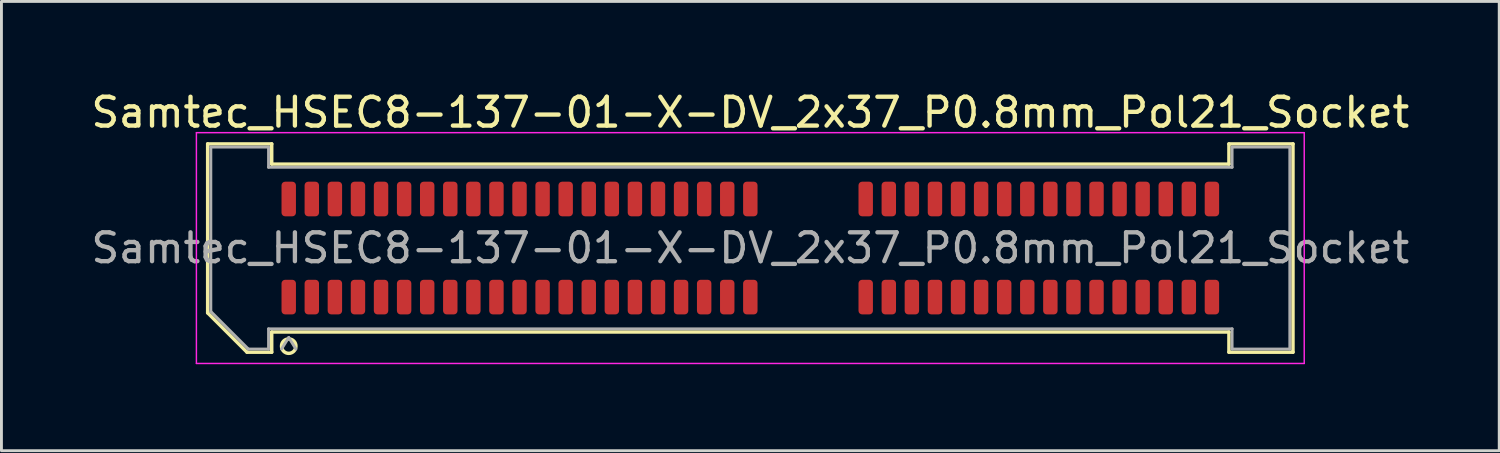
<source format=kicad_pcb>
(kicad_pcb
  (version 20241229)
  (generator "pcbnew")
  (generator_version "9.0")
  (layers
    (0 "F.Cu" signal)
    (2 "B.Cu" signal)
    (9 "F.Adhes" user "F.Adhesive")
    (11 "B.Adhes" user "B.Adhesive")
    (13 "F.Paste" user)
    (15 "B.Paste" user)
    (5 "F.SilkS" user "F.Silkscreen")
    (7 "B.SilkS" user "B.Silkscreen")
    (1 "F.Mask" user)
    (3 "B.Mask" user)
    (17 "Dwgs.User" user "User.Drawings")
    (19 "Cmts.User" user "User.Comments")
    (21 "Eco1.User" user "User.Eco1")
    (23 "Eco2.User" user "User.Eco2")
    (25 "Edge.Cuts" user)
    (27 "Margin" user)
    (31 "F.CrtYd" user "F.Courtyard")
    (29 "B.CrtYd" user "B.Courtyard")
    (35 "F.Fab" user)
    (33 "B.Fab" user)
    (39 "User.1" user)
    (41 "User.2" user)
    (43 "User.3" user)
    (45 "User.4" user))
  (footprint "Samtec_HSEC8-137-01-X-DV_2x37_P0.8mm_Pol21_Socket"
    (layer "F.Cu")
    (at 22.958 5.548)
    (property "Reference" "Samtec_HSEC8-137-01-X-DV_2x37_P0.8mm_Pol21_Socket" (at 0 -4.7 0) (layer "F.SilkS") (effects (font (size 1 1) (thickness 0.15))))
    (attr smd)
    (fp_line (start -18.81 -3.61) (end -16.59 -3.61) (stroke (width 0.12) (type solid)) (layer "F.SilkS"))
    (fp_line (start -18.81 2.246) (end -18.81 -3.61) (stroke (width 0.12) (type solid)) (layer "F.SilkS"))
    (fp_line (start -17.446 3.61) (end -18.81 2.246) (stroke (width 0.12) (type solid)) (layer "F.SilkS"))
    (fp_line (start -16.59 -3.61) (end -16.59 -2.91) (stroke (width 0.12) (type solid)) (layer "F.SilkS"))
    (fp_line (start -16.59 -2.91) (end 16.59 -2.91) (stroke (width 0.12) (type solid)) (layer "F.SilkS"))
    (fp_line (start -16.59 2.91) (end -16.59 3.61) (stroke (width 0.12) (type solid)) (layer "F.SilkS"))
    (fp_line (start -16.59 3.61) (end -17.446 3.61) (stroke (width 0.12) (type solid)) (layer "F.SilkS"))
    (fp_line (start 16.59 -3.61) (end 18.81 -3.61) (stroke (width 0.12) (type solid)) (layer "F.SilkS"))
    (fp_line (start 16.59 -2.91) (end 16.59 -3.61) (stroke (width 0.12) (type solid)) (layer "F.SilkS"))
    (fp_line (start 16.59 2.91) (end -16.59 2.91) (stroke (width 0.12) (type solid)) (layer "F.SilkS"))
    (fp_line (start 16.59 3.61) (end 16.59 2.91) (stroke (width 0.12) (type solid)) (layer "F.SilkS"))
    (fp_line (start 18.81 -3.61) (end 18.81 3.61) (stroke (width 0.12) (type solid)) (layer "F.SilkS"))
    (fp_line (start 18.81 3.61) (end 16.59 3.61) (stroke (width 0.12) (type solid)) (layer "F.SilkS"))
    (fp_arc (start -15.75 3.4) (mid -16.25 3.4) (end -15.75 3.4) (stroke (width 0.12) (type solid)) (layer "F.SilkS"))
    (fp_line (start -19.2 -4) (end -19.2 4) (stroke (width 0.05) (type solid)) (layer "F.CrtYd"))
    (fp_line (start -19.2 4) (end 19.2 4) (stroke (width 0.05) (type solid)) (layer "F.CrtYd"))
    (fp_line (start 19.2 -4) (end -19.2 -4) (stroke (width 0.05) (type solid)) (layer "F.CrtYd"))
    (fp_line (start 19.2 4) (end 19.2 -4) (stroke (width 0.05) (type solid)) (layer "F.CrtYd"))
    (fp_line (start -18.7 -3.5) (end -16.7 -3.5) (stroke (width 0.1) (type solid)) (layer "F.Fab"))
    (fp_line (start -18.7 2.2) (end -18.7 -3.5) (stroke (width 0.1) (type solid)) (layer "F.Fab"))
    (fp_line (start -17.4 3.5) (end -18.7 2.2) (stroke (width 0.1) (type solid)) (layer "F.Fab"))
    (fp_line (start -16.7 -3.5) (end -16.7 -2.8) (stroke (width 0.1) (type solid)) (layer "F.Fab"))
    (fp_line (start -16.7 -2.8) (end 16.7 -2.8) (stroke (width 0.1) (type solid)) (layer "F.Fab"))
    (fp_line (start -16.7 2.8) (end -16.7 3.5) (stroke (width 0.1) (type solid)) (layer "F.Fab"))
    (fp_line (start -16.7 3.5) (end -17.4 3.5) (stroke (width 0.1) (type solid)) (layer "F.Fab"))
    (fp_line (start -16 3.1) (end -16.25 3.5) (stroke (width 0.1) (type solid)) (layer "F.Fab"))
    (fp_line (start -16 3.1) (end -15.75 3.5) (stroke (width 0.1) (type solid)) (layer "F.Fab"))
    (fp_line (start 16.7 -3.5) (end 18.7 -3.5) (stroke (width 0.1) (type solid)) (layer "F.Fab"))
    (fp_line (start 16.7 -2.8) (end 16.7 -3.5) (stroke (width 0.1) (type solid)) (layer "F.Fab"))
    (fp_line (start 16.7 2.8) (end -16.7 2.8) (stroke (width 0.1) (type solid)) (layer "F.Fab"))
    (fp_line (start 16.7 3.5) (end 16.7 2.8) (stroke (width 0.1) (type solid)) (layer "F.Fab"))
    (fp_line (start 18.7 -3.5) (end 18.7 3.5) (stroke (width 0.1) (type solid)) (layer "F.Fab"))
    (fp_line (start 18.7 3.5) (end 16.7 3.5) (stroke (width 0.1) (type solid)) (layer "F.Fab"))
    (fp_text user "${REFERENCE}" (at 0 0 0) (layer "F.Fab") (effects (font (size 1 1) (thickness 0.15))))
    (pad "1" smd roundrect (at -16 1.7) (size 0.5 1.2) (layers "F.Cu" "F.Mask" "F.Paste") (roundrect_rratio 0.25))
    (pad "2" smd roundrect (at -16 -1.7) (size 0.5 1.2) (layers "F.Cu" "F.Mask" "F.Paste") (roundrect_rratio 0.25))
    (pad "3" smd roundrect (at -15.2 1.7) (size 0.5 1.2) (layers "F.Cu" "F.Mask" "F.Paste") (roundrect_rratio 0.25))
    (pad "4" smd roundrect (at -15.2 -1.7) (size 0.5 1.2) (layers "F.Cu" "F.Mask" "F.Paste") (roundrect_rratio 0.25))
    (pad "5" smd roundrect (at -14.4 1.7) (size 0.5 1.2) (layers "F.Cu" "F.Mask" "F.Paste") (roundrect_rratio 0.25))
    (pad "6" smd roundrect (at -14.4 -1.7) (size 0.5 1.2) (layers "F.Cu" "F.Mask" "F.Paste") (roundrect_rratio 0.25))
    (pad "7" smd roundrect (at -13.6 1.7) (size 0.5 1.2) (layers "F.Cu" "F.Mask" "F.Paste") (roundrect_rratio 0.25))
    (pad "8" smd roundrect (at -13.6 -1.7) (size 0.5 1.2) (layers "F.Cu" "F.Mask" "F.Paste") (roundrect_rratio 0.25))
    (pad "9" smd roundrect (at -12.8 1.7) (size 0.5 1.2) (layers "F.Cu" "F.Mask" "F.Paste") (roundrect_rratio 0.25))
    (pad "10" smd roundrect (at -12.8 -1.7) (size 0.5 1.2) (layers "F.Cu" "F.Mask" "F.Paste") (roundrect_rratio 0.25))
    (pad "11" smd roundrect (at -12 1.7) (size 0.5 1.2) (layers "F.Cu" "F.Mask" "F.Paste") (roundrect_rratio 0.25))
    (pad "12" smd roundrect (at -12 -1.7) (size 0.5 1.2) (layers "F.Cu" "F.Mask" "F.Paste") (roundrect_rratio 0.25))
    (pad "13" smd roundrect (at -11.2 1.7) (size 0.5 1.2) (layers "F.Cu" "F.Mask" "F.Paste") (roundrect_rratio 0.25))
    (pad "14" smd roundrect (at -11.2 -1.7) (size 0.5 1.2) (layers "F.Cu" "F.Mask" "F.Paste") (roundrect_rratio 0.25))
    (pad "15" smd roundrect (at -10.4 1.7) (size 0.5 1.2) (layers "F.Cu" "F.Mask" "F.Paste") (roundrect_rratio 0.25))
    (pad "16" smd roundrect (at -10.4 -1.7) (size 0.5 1.2) (layers "F.Cu" "F.Mask" "F.Paste") (roundrect_rratio 0.25))
    (pad "17" smd roundrect (at -9.6 1.7) (size 0.5 1.2) (layers "F.Cu" "F.Mask" "F.Paste") (roundrect_rratio 0.25))
    (pad "18" smd roundrect (at -9.6 -1.7) (size 0.5 1.2) (layers "F.Cu" "F.Mask" "F.Paste") (roundrect_rratio 0.25))
    (pad "19" smd roundrect (at -8.8 1.7) (size 0.5 1.2) (layers "F.Cu" "F.Mask" "F.Paste") (roundrect_rratio 0.25))
    (pad "20" smd roundrect (at -8.8 -1.7) (size 0.5 1.2) (layers "F.Cu" "F.Mask" "F.Paste") (roundrect_rratio 0.25))
    (pad "21" smd roundrect (at -8 1.7) (size 0.5 1.2) (layers "F.Cu" "F.Mask" "F.Paste") (roundrect_rratio 0.25))
    (pad "22" smd roundrect (at -8 -1.7) (size 0.5 1.2) (layers "F.Cu" "F.Mask" "F.Paste") (roundrect_rratio 0.25))
    (pad "23" smd roundrect (at -7.2 1.7) (size 0.5 1.2) (layers "F.Cu" "F.Mask" "F.Paste") (roundrect_rratio 0.25))
    (pad "24" smd roundrect (at -7.2 -1.7) (size 0.5 1.2) (layers "F.Cu" "F.Mask" "F.Paste") (roundrect_rratio 0.25))
    (pad "25" smd roundrect (at -6.4 1.7) (size 0.5 1.2) (layers "F.Cu" "F.Mask" "F.Paste") (roundrect_rratio 0.25))
    (pad "26" smd roundrect (at -6.4 -1.7) (size 0.5 1.2) (layers "F.Cu" "F.Mask" "F.Paste") (roundrect_rratio 0.25))
    (pad "27" smd roundrect (at -5.6 1.7) (size 0.5 1.2) (layers "F.Cu" "F.Mask" "F.Paste") (roundrect_rratio 0.25))
    (pad "28" smd roundrect (at -5.6 -1.7) (size 0.5 1.2) (layers "F.Cu" "F.Mask" "F.Paste") (roundrect_rratio 0.25))
    (pad "29" smd roundrect (at -4.8 1.7) (size 0.5 1.2) (layers "F.Cu" "F.Mask" "F.Paste") (roundrect_rratio 0.25))
    (pad "30" smd roundrect (at -4.8 -1.7) (size 0.5 1.2) (layers "F.Cu" "F.Mask" "F.Paste") (roundrect_rratio 0.25))
    (pad "31" smd roundrect (at -4 1.7) (size 0.5 1.2) (layers "F.Cu" "F.Mask" "F.Paste") (roundrect_rratio 0.25))
    (pad "32" smd roundrect (at -4 -1.7) (size 0.5 1.2) (layers "F.Cu" "F.Mask" "F.Paste") (roundrect_rratio 0.25))
    (pad "33" smd roundrect (at -3.2 1.7) (size 0.5 1.2) (layers "F.Cu" "F.Mask" "F.Paste") (roundrect_rratio 0.25))
    (pad "34" smd roundrect (at -3.2 -1.7) (size 0.5 1.2) (layers "F.Cu" "F.Mask" "F.Paste") (roundrect_rratio 0.25))
    (pad "35" smd roundrect (at -2.4 1.7) (size 0.5 1.2) (layers "F.Cu" "F.Mask" "F.Paste") (roundrect_rratio 0.25))
    (pad "36" smd roundrect (at -2.4 -1.7) (size 0.5 1.2) (layers "F.Cu" "F.Mask" "F.Paste") (roundrect_rratio 0.25))
    (pad "37" smd roundrect (at -1.6 1.7) (size 0.5 1.2) (layers "F.Cu" "F.Mask" "F.Paste") (roundrect_rratio 0.25))
    (pad "38" smd roundrect (at -1.6 -1.7) (size 0.5 1.2) (layers "F.Cu" "F.Mask" "F.Paste") (roundrect_rratio 0.25))
    (pad "39" smd roundrect (at -0.8 1.7) (size 0.5 1.2) (layers "F.Cu" "F.Mask" "F.Paste") (roundrect_rratio 0.25))
    (pad "40" smd roundrect (at -0.8 -1.7) (size 0.5 1.2) (layers "F.Cu" "F.Mask" "F.Paste") (roundrect_rratio 0.25))
    (pad "41" smd roundrect (at 0 1.7) (size 0.5 1.2) (layers "F.Cu" "F.Mask" "F.Paste") (roundrect_rratio 0.25))
    (pad "42" smd roundrect (at 0 -1.7) (size 0.5 1.2) (layers "F.Cu" "F.Mask" "F.Paste") (roundrect_rratio 0.25))
    (pad "43" smd roundrect (at 4 1.7) (size 0.5 1.2) (layers "F.Cu" "F.Mask" "F.Paste") (roundrect_rratio 0.25))
    (pad "44" smd roundrect (at 4 -1.7) (size 0.5 1.2) (layers "F.Cu" "F.Mask" "F.Paste") (roundrect_rratio 0.25))
    (pad "45" smd roundrect (at 4.8 1.7) (size 0.5 1.2) (layers "F.Cu" "F.Mask" "F.Paste") (roundrect_rratio 0.25))
    (pad "46" smd roundrect (at 4.8 -1.7) (size 0.5 1.2) (layers "F.Cu" "F.Mask" "F.Paste") (roundrect_rratio 0.25))
    (pad "47" smd roundrect (at 5.6 1.7) (size 0.5 1.2) (layers "F.Cu" "F.Mask" "F.Paste") (roundrect_rratio 0.25))
    (pad "48" smd roundrect (at 5.6 -1.7) (size 0.5 1.2) (layers "F.Cu" "F.Mask" "F.Paste") (roundrect_rratio 0.25))
    (pad "49" smd roundrect (at 6.4 1.7) (size 0.5 1.2) (layers "F.Cu" "F.Mask" "F.Paste") (roundrect_rratio 0.25))
    (pad "50" smd roundrect (at 6.4 -1.7) (size 0.5 1.2) (layers "F.Cu" "F.Mask" "F.Paste") (roundrect_rratio 0.25))
    (pad "51" smd roundrect (at 7.2 1.7) (size 0.5 1.2) (layers "F.Cu" "F.Mask" "F.Paste") (roundrect_rratio 0.25))
    (pad "52" smd roundrect (at 7.2 -1.7) (size 0.5 1.2) (layers "F.Cu" "F.Mask" "F.Paste") (roundrect_rratio 0.25))
    (pad "53" smd roundrect (at 8 1.7) (size 0.5 1.2) (layers "F.Cu" "F.Mask" "F.Paste") (roundrect_rratio 0.25))
    (pad "54" smd roundrect (at 8 -1.7) (size 0.5 1.2) (layers "F.Cu" "F.Mask" "F.Paste") (roundrect_rratio 0.25))
    (pad "55" smd roundrect (at 8.8 1.7) (size 0.5 1.2) (layers "F.Cu" "F.Mask" "F.Paste") (roundrect_rratio 0.25))
    (pad "56" smd roundrect (at 8.8 -1.7) (size 0.5 1.2) (layers "F.Cu" "F.Mask" "F.Paste") (roundrect_rratio 0.25))
    (pad "57" smd roundrect (at 9.6 1.7) (size 0.5 1.2) (layers "F.Cu" "F.Mask" "F.Paste") (roundrect_rratio 0.25))
    (pad "58" smd roundrect (at 9.6 -1.7) (size 0.5 1.2) (layers "F.Cu" "F.Mask" "F.Paste") (roundrect_rratio 0.25))
    (pad "59" smd roundrect (at 10.4 1.7) (size 0.5 1.2) (layers "F.Cu" "F.Mask" "F.Paste") (roundrect_rratio 0.25))
    (pad "60" smd roundrect (at 10.4 -1.7) (size 0.5 1.2) (layers "F.Cu" "F.Mask" "F.Paste") (roundrect_rratio 0.25))
    (pad "61" smd roundrect (at 11.2 1.7) (size 0.5 1.2) (layers "F.Cu" "F.Mask" "F.Paste") (roundrect_rratio 0.25))
    (pad "62" smd roundrect (at 11.2 -1.7) (size 0.5 1.2) (layers "F.Cu" "F.Mask" "F.Paste") (roundrect_rratio 0.25))
    (pad "63" smd roundrect (at 12 1.7) (size 0.5 1.2) (layers "F.Cu" "F.Mask" "F.Paste") (roundrect_rratio 0.25))
    (pad "64" smd roundrect (at 12 -1.7) (size 0.5 1.2) (layers "F.Cu" "F.Mask" "F.Paste") (roundrect_rratio 0.25))
    (pad "65" smd roundrect (at 12.8 1.7) (size 0.5 1.2) (layers "F.Cu" "F.Mask" "F.Paste") (roundrect_rratio 0.25))
    (pad "66" smd roundrect (at 12.8 -1.7) (size 0.5 1.2) (layers "F.Cu" "F.Mask" "F.Paste") (roundrect_rratio 0.25))
    (pad "67" smd roundrect (at 13.6 1.7) (size 0.5 1.2) (layers "F.Cu" "F.Mask" "F.Paste") (roundrect_rratio 0.25))
    (pad "68" smd roundrect (at 13.6 -1.7) (size 0.5 1.2) (layers "F.Cu" "F.Mask" "F.Paste") (roundrect_rratio 0.25))
    (pad "69" smd roundrect (at 14.4 1.7) (size 0.5 1.2) (layers "F.Cu" "F.Mask" "F.Paste") (roundrect_rratio 0.25))
    (pad "70" smd roundrect (at 14.4 -1.7) (size 0.5 1.2) (layers "F.Cu" "F.Mask" "F.Paste") (roundrect_rratio 0.25))
    (pad "71" smd roundrect (at 15.2 1.7) (size 0.5 1.2) (layers "F.Cu" "F.Mask" "F.Paste") (roundrect_rratio 0.25))
    (pad "72" smd roundrect (at 15.2 -1.7) (size 0.5 1.2) (layers "F.Cu" "F.Mask" "F.Paste") (roundrect_rratio 0.25))
    (pad "73" smd roundrect (at 16 1.7) (size 0.5 1.2) (layers "F.Cu" "F.Mask" "F.Paste") (roundrect_rratio 0.25))
    (pad "74" smd roundrect (at 16 -1.7) (size 0.5 1.2) (layers "F.Cu" "F.Mask" "F.Paste") (roundrect_rratio 0.25)))
  (gr_rect
    (start -3 -3)
    (end 48.917 12.573)
    (stroke (width 0.1) (type default))
    (fill no)
    (layer "Edge.Cuts")))
</source>
